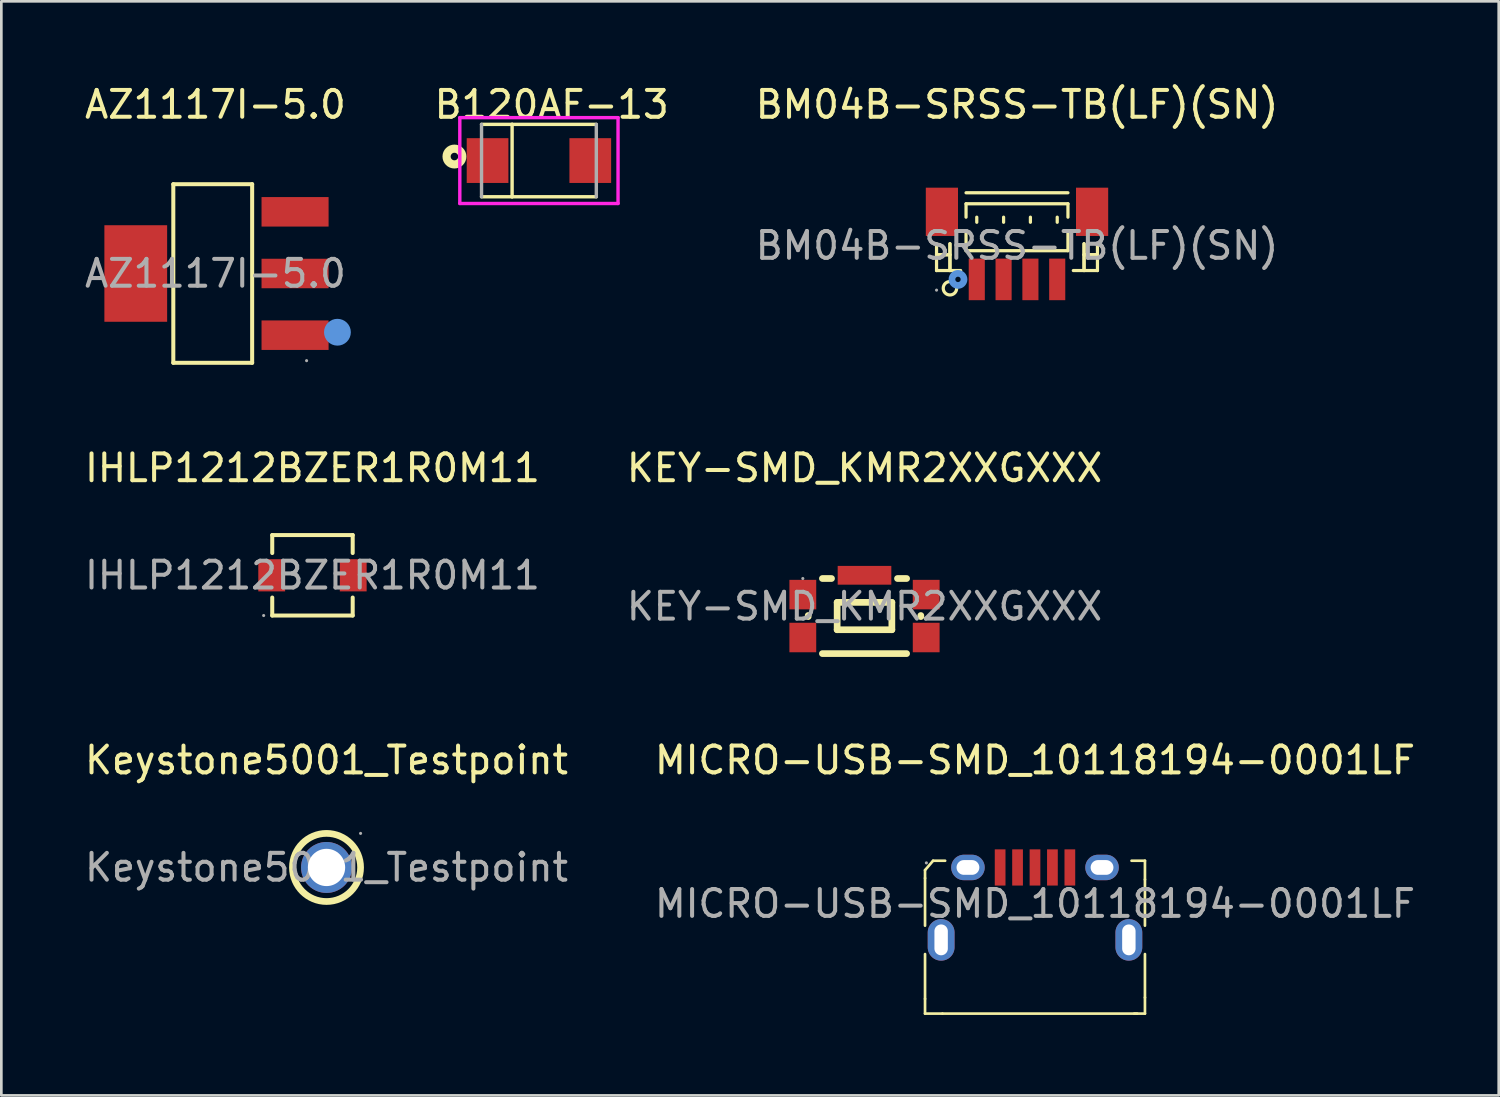
<source format=kicad_pcb>
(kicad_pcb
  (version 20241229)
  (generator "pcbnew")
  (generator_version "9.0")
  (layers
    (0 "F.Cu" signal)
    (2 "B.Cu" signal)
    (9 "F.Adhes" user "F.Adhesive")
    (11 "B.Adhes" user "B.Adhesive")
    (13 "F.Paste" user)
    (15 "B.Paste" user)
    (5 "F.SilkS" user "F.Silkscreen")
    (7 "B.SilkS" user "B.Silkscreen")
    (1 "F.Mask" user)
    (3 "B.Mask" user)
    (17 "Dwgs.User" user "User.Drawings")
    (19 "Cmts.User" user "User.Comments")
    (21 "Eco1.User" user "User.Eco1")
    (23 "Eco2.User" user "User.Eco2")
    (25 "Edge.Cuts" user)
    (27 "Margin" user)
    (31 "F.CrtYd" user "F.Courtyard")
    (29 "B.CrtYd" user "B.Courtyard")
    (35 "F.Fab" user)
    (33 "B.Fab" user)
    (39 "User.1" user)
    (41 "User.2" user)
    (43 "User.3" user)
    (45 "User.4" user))
  (footprint "KEY-SMD_KMR2XXGXXX"
    (layer "F.Cu")
    (at 29.185 19.561)
    (property "Reference" "KEY-SMD_KMR2XXGXXX" (at 0 -5.16 0) (layer "F.SilkS") (effects (font (size 1 1) (thickness 0.15))))
    (attr smd)
    (fp_line (start -2.1 0.38) (end -2.1 0.34) (stroke (width 0.25) (type solid)) (layer "F.SilkS"))
    (fp_line (start -1.23 -1.04) (end -1.57 -1.04) (stroke (width 0.25) (type solid)) (layer "F.SilkS"))
    (fp_line (start -1.02 -0.15) (end -1.02 0.87) (stroke (width 0.25) (type solid)) (layer "F.SilkS"))
    (fp_line (start -1.02 0.87) (end 1.02 0.87) (stroke (width 0.25) (type solid)) (layer "F.SilkS"))
    (fp_line (start 1.02 -0.15) (end -1.02 -0.15) (stroke (width 0.25) (type solid)) (layer "F.SilkS"))
    (fp_line (start 1.02 0.87) (end 1.02 -0.15) (stroke (width 0.25) (type solid)) (layer "F.SilkS"))
    (fp_line (start 1.57 -1.04) (end 1.23 -1.04) (stroke (width 0.25) (type solid)) (layer "F.SilkS"))
    (fp_line (start 1.57 1.76) (end -1.57 1.76) (stroke (width 0.25) (type solid)) (layer "F.SilkS"))
    (fp_line (start 2.1 0.34) (end 2.1 0.38) (stroke (width 0.25) (type solid)) (layer "F.SilkS"))
    (fp_circle (center -2.3 -1.04) (end -2.27 -1.04) (stroke (width 0.06) (type solid)) (fill no) (layer "F.Fab"))
    (fp_text user "${REFERENCE}" (at 0 0 0) (layer "F.Fab") (effects (font (size 1 1) (thickness 0.15))))
    (pad "1" smd rect (at -2.3 -0.44) (size 1 1.1) (layers "F.Cu" "F.Mask" "F.Paste"))
    (pad "2" smd rect (at 2.3 -0.44) (size 1 1.1) (layers "F.Cu" "F.Mask" "F.Paste"))
    (pad "3" smd rect (at -2.3 1.16) (size 1 1.1) (layers "F.Cu" "F.Mask" "F.Paste"))
    (pad "4" smd rect (at 2.3 1.16) (size 1 1.1) (layers "F.Cu" "F.Mask" "F.Paste"))
    (pad "5" smd rect (at 0 -1.16) (size 2 0.7) (layers "F.Cu" "F.Mask" "F.Paste")))
  (footprint "Keystone5001_Testpoint"
    (layer "F.Cu")
    (at 9.125 29.295)
    (property "Reference" "Keystone5001_Testpoint" (at 0 -4 0) (layer "F.SilkS") (effects (font (size 1 1) (thickness 0.15))))
    (attr through_hole)
    (fp_circle (center 0 0) (end 1.27 0) (stroke (width 0.25) (type solid)) (fill no) (layer "F.SilkS"))
    (fp_circle (center 1.27 -1.27) (end 1.3 -1.27) (stroke (width 0.06) (type solid)) (fill no) (layer "F.Fab"))
    (fp_text user "${REFERENCE}" (at 0 0 0) (layer "F.Fab") (effects (font (size 1 1) (thickness 0.15))))
    (pad "1" thru_hole circle (at 0 0) (size 1.9 1.9) (drill 1.39) (layers "*.Cu" "*.Mask")))
  (footprint "B120AF-13"
    (layer "F.Cu")
    (at 17.045 2.937)
    (property "Reference" "B120AF-13" (at 0.476 -2.088 0) (layer "F.SilkS") (effects (font (size 1.001 1.001) (thickness 0.15))))
    (attr smd)
    (fp_line (start -1 -1.35) (end -2.14 -1.35) (stroke (width 0.127) (type solid)) (layer "F.SilkS"))
    (fp_line (start -1 -1.35) (end -1 1.35) (stroke (width 0.127) (type solid)) (layer "F.SilkS"))
    (fp_line (start -1 1.35) (end -2.14 1.35) (stroke (width 0.127) (type solid)) (layer "F.SilkS"))
    (fp_line (start -1 1.35) (end 2.14 1.35) (stroke (width 0.127) (type solid)) (layer "F.SilkS"))
    (fp_line (start 2.14 -1.35) (end -1 -1.35) (stroke (width 0.127) (type solid)) (layer "F.SilkS"))
    (fp_circle (center -3.15 -0.15) (end -3.009 -0.15) (stroke (width 0.305) (type solid)) (fill no) (layer "F.SilkS"))
    (fp_line (start -2.95 -1.6) (end 2.95 -1.6) (stroke (width 0.127) (type solid)) (layer "F.CrtYd"))
    (fp_line (start -2.95 1.6) (end -2.95 -1.6) (stroke (width 0.127) (type solid)) (layer "F.CrtYd"))
    (fp_line (start 2.95 -1.6) (end 2.95 1.6) (stroke (width 0.127) (type solid)) (layer "F.CrtYd"))
    (fp_line (start 2.95 1.6) (end -2.95 1.6) (stroke (width 0.127) (type solid)) (layer "F.CrtYd"))
    (fp_line (start -2.14 -1.35) (end -2.14 1.35) (stroke (width 0.127) (type solid)) (layer "F.Fab"))
    (fp_line (start 2.14 1.35) (end 2.14 -1.35) (stroke (width 0.127) (type solid)) (layer "F.Fab"))
    (pad "1" smd rect (at -1.915 0) (size 1.555 1.67) (layers "F.Cu" "F.Mask" "F.Paste"))
    (pad "2" smd rect (at 1.915 0) (size 1.555 1.67) (layers "F.Cu" "F.Mask" "F.Paste")))
  (footprint "BM04B-SRSS-TB(LF)(SN)"
    (layer "F.Cu")
    (at 34.871 6.108)
    (property "Reference" "BM04B-SRSS-TB(LF)(SN)" (at 0 -5.26 0) (layer "F.SilkS") (effects (font (size 1 1) (thickness 0.15))))
    (attr smd)
    (fp_line (start -3 -0.07) (end -3 0.93) (stroke (width 0.12) (type solid)) (layer "F.SilkS"))
    (fp_line (start -3 0.34) (end -2.5 0.34) (stroke (width 0.12) (type solid)) (layer "F.SilkS"))
    (fp_line (start -3 0.93) (end -2.1 0.93) (stroke (width 0.12) (type solid)) (layer "F.SilkS"))
    (fp_line (start -2.5 -0.07) (end -2.5 0.93) (stroke (width 0.12) (type solid)) (layer "F.SilkS"))
    (fp_line (start -2.5 0.34) (end -3 0.34) (stroke (width 0.12) (type solid)) (layer "F.SilkS"))
    (fp_line (start -2.5 0.93) (end -2.5 -0.07) (stroke (width 0.12) (type solid)) (layer "F.SilkS"))
    (fp_line (start -1.9 -1.97) (end 1.9 -1.97) (stroke (width 0.12) (type solid)) (layer "F.SilkS"))
    (fp_line (start -1.9 -1.56) (end 1.9 -1.56) (stroke (width 0.12) (type solid)) (layer "F.SilkS"))
    (fp_line (start -1.9 -1.06) (end -1.9 -1.56) (stroke (width 0.12) (type solid)) (layer "F.SilkS"))
    (fp_line (start -1.9 -0.46) (end -1.9 0.19) (stroke (width 0.12) (type solid)) (layer "F.SilkS"))
    (fp_line (start -1.9 0.19) (end 1.9 0.19) (stroke (width 0.12) (type solid)) (layer "F.SilkS"))
    (fp_line (start -1.5 -1.06) (end -1.5 -0.87) (stroke (width 0.12) (type solid)) (layer "F.SilkS"))
    (fp_line (start -0.5 -1.06) (end -0.5 -0.87) (stroke (width 0.12) (type solid)) (layer "F.SilkS"))
    (fp_line (start 0.5 -1.06) (end 0.5 -0.87) (stroke (width 0.12) (type solid)) (layer "F.SilkS"))
    (fp_line (start 1.5 -1.06) (end 1.5 -0.87) (stroke (width 0.12) (type solid)) (layer "F.SilkS"))
    (fp_line (start 1.9 -1.56) (end 1.9 -1.06) (stroke (width 0.12) (type solid)) (layer "F.SilkS"))
    (fp_line (start 1.9 0.19) (end 1.9 -0.46) (stroke (width 0.12) (type solid)) (layer "F.SilkS"))
    (fp_line (start 2.5 -0.07) (end 2.5 0.93) (stroke (width 0.12) (type solid)) (layer "F.SilkS"))
    (fp_line (start 2.5 0.34) (end 3 0.34) (stroke (width 0.12) (type solid)) (layer "F.SilkS"))
    (fp_line (start 2.5 0.93) (end 2.5 -0.07) (stroke (width 0.12) (type solid)) (layer "F.SilkS"))
    (fp_line (start 3 -0.07) (end 3 0.93) (stroke (width 0.12) (type solid)) (layer "F.SilkS"))
    (fp_line (start 3 0.34) (end 2.5 0.34) (stroke (width 0.12) (type solid)) (layer "F.SilkS"))
    (fp_line (start 3 0.93) (end 2.1 0.93) (stroke (width 0.12) (type solid)) (layer "F.SilkS"))
    (fp_arc (start -2.25 1.6) (mid -2.7502 1.589998) (end -2.25 1.580005) (stroke (width 0.12) (type solid)) (layer "F.SilkS"))
    (fp_circle (center -2.2 1.26) (end -2.1 1.26) (stroke (width 0.25) (type solid)) (fill no) (layer "Cmts.User"))
    (fp_circle (center -3 1.66) (end -2.97 1.66) (stroke (width 0.06) (type solid)) (fill no) (layer "F.Fab"))
    (fp_text user "${REFERENCE}" (at 0 0 0) (layer "F.Fab") (effects (font (size 1 1) (thickness 0.15))))
    (pad "0" smd rect (at -2.8 -1.26) (size 1.2 1.8) (layers "F.Cu" "F.Mask" "F.Paste"))
    (pad "0" smd rect (at 2.8 -1.26) (size 1.2 1.8) (layers "F.Cu" "F.Mask" "F.Paste"))
    (pad "1" smd rect (at -1.5 1.26) (size 0.6 1.55) (layers "F.Cu" "F.Mask" "F.Paste"))
    (pad "2" smd rect (at -0.5 1.26) (size 0.6 1.55) (layers "F.Cu" "F.Mask" "F.Paste"))
    (pad "3" smd rect (at 0.5 1.26) (size 0.6 1.55) (layers "F.Cu" "F.Mask" "F.Paste"))
    (pad "4" smd rect (at 1.5 1.26) (size 0.6 1.55) (layers "F.Cu" "F.Mask" "F.Paste")))
  (footprint "AZ1117I-5.0"
    (layer "F.Cu")
    (at 4.982 7.148)
    (property "Reference" "AZ1117I-5.0" (at 0 -6.3 0) (layer "F.SilkS") (effects (font (size 1 1) (thickness 0.15))))
    (attr smd)
    (fp_line (start -1.57 -3.33) (end 1.37 -3.33) (stroke (width 0.15) (type solid)) (layer "F.SilkS"))
    (fp_line (start -1.57 3.33) (end -1.57 -3.33) (stroke (width 0.15) (type solid)) (layer "F.SilkS"))
    (fp_line (start 1.37 -3.33) (end 1.37 3.33) (stroke (width 0.15) (type solid)) (layer "F.SilkS"))
    (fp_line (start 1.37 3.33) (end -1.57 3.33) (stroke (width 0.15) (type solid)) (layer "F.SilkS"))
    (fp_circle (center 4.55 2.19) (end 4.8 2.19) (stroke (width 0.5) (type solid)) (fill no) (layer "Cmts.User"))
    (fp_circle (center 3.4 3.25) (end 3.43 3.25) (stroke (width 0.06) (type solid)) (fill no) (layer "F.Fab"))
    (fp_text user "${REFERENCE}" (at 0 0 0) (layer "F.Fab") (effects (font (size 1 1) (thickness 0.15))))
    (pad "1" smd rect (at 2.97 2.3) (size 2.5 1.1) (layers "F.Cu" "F.Mask" "F.Paste"))
    (pad "2" smd rect (at -2.97 0) (size 2.34 3.6) (layers "F.Cu" "F.Mask" "F.Paste"))
    (pad "2" smd rect (at 2.97 0) (size 2.5 1.1) (layers "F.Cu" "F.Mask" "F.Paste"))
    (pad "3" smd rect (at 2.97 -2.3) (size 2.5 1.1) (layers "F.Cu" "F.Mask" "F.Paste")))
  (footprint "IHLP1212BZER1R0M11"
    (layer "F.Cu")
    (at 8.601 18.401)
    (property "Reference" "IHLP1212BZER1R0M11" (at 0 -4 0) (layer "F.SilkS") (effects (font (size 1 1) (thickness 0.15))))
    (attr smd)
    (fp_line (start -1.5 -0.83) (end -1.5 -1.5) (stroke (width 0.15) (type solid)) (layer "F.SilkS"))
    (fp_line (start -1.5 1.5) (end -1.5 0.83) (stroke (width 0.15) (type solid)) (layer "F.SilkS"))
    (fp_line (start 1.5 -1.5) (end -1.5 -1.5) (stroke (width 0.15) (type solid)) (layer "F.SilkS"))
    (fp_line (start 1.5 -1.5) (end 1.5 -0.83) (stroke (width 0.15) (type solid)) (layer "F.SilkS"))
    (fp_line (start 1.5 0.83) (end 1.5 1.5) (stroke (width 0.15) (type solid)) (layer "F.SilkS"))
    (fp_line (start 1.5 1.5) (end -1.5 1.5) (stroke (width 0.15) (type solid)) (layer "F.SilkS"))
    (fp_circle (center -1.82 1.5) (end -1.79 1.5) (stroke (width 0.06) (type solid)) (fill no) (layer "F.Fab"))
    (fp_text user "${REFERENCE}" (at 0 0 0) (layer "F.Fab") (effects (font (size 1 1) (thickness 0.15))))
    (pad "1" smd rect (at -1.52 0) (size 1 1.2) (layers "F.Cu" "F.Mask" "F.Paste"))
    (pad "2" smd rect (at 1.52 0) (size 1 1.2) (layers "F.Cu" "F.Mask" "F.Paste")))
  (footprint "MICRO-USB-SMD_10118194-0001LF"
    (layer "F.Cu")
    (at 35.542 30.645)
    (property "Reference" "MICRO-USB-SMD_10118194-0001LF" (at 0 -5.35 0) (layer "F.SilkS") (effects (font (size 1 1) (thickness 0.15))))
    (attr smd)
    (fp_line (start -4.1 -1.25) (end -4.1 -0.95) (stroke (width 0.1) (type solid)) (layer "F.SilkS"))
    (fp_line (start -4.1 0.82) (end -4.1 -0.95) (stroke (width 0.1) (type solid)) (layer "F.SilkS"))
    (fp_line (start -4.1 3.55) (end -4.1 1.88) (stroke (width 0.1) (type solid)) (layer "F.SilkS"))
    (fp_line (start -4.1 3.55) (end -4.1 4.1) (stroke (width 0.1) (type solid)) (layer "F.SilkS"))
    (fp_line (start -4.1 4.1) (end -3.45 4.1) (stroke (width 0.1) (type solid)) (layer "F.SilkS"))
    (fp_line (start -3.8 -1.6) (end -4.1 -1.25) (stroke (width 0.1) (type solid)) (layer "F.SilkS"))
    (fp_line (start -3.45 4.1) (end 3.81 4.1) (stroke (width 0.1) (type solid)) (layer "F.SilkS"))
    (fp_line (start -3.35 -1.6) (end -3.8 -1.6) (stroke (width 0.1) (type solid)) (layer "F.SilkS"))
    (fp_line (start 3.6 -1.6) (end 4.1 -1.6) (stroke (width 0.1) (type solid)) (layer "F.SilkS"))
    (fp_line (start 4.1 -1.6) (end 4.1 -0.9) (stroke (width 0.1) (type solid)) (layer "F.SilkS"))
    (fp_line (start 4.1 0.82) (end 4.1 -0.9) (stroke (width 0.1) (type solid)) (layer "F.SilkS"))
    (fp_line (start 4.1 3.5) (end 4.1 1.88) (stroke (width 0.1) (type solid)) (layer "F.SilkS"))
    (fp_line (start 4.1 3.5) (end 4.1 4.1) (stroke (width 0.1) (type solid)) (layer "F.SilkS"))
    (fp_line (start 4.1 4.1) (end 3.7 4.1) (stroke (width 0.1) (type solid)) (layer "F.SilkS"))
    (fp_circle (center -4.05 -1.52) (end -4.02 -1.52) (stroke (width 0.06) (type solid)) (fill no) (layer "F.Fab"))
    (fp_text user "${REFERENCE}" (at 0 0 0) (layer "F.Fab") (effects (font (size 1 1) (thickness 0.15))))
    (pad "1" smd rect (at -1.3 -1.35) (size 0.4 1.35) (layers "F.Cu" "F.Mask" "F.Paste"))
    (pad "2" smd rect (at -0.65 -1.35) (size 0.4 1.35) (layers "F.Cu" "F.Mask" "F.Paste"))
    (pad "3" smd rect (at 0 -1.35) (size 0.4 1.35) (layers "F.Cu" "F.Mask" "F.Paste"))
    (pad "4" smd rect (at 0.65 -1.35) (size 0.4 1.35) (layers "F.Cu" "F.Mask" "F.Paste"))
    (pad "5" smd rect (at 1.3 -1.35) (size 0.4 1.35) (layers "F.Cu" "F.Mask" "F.Paste"))
    (pad "6" thru_hole oval (at -3.5 1.35) (size 1 1.55) (drill oval 0.5 1.15) (layers "*.Cu" "*.Mask"))
    (pad "6" thru_hole oval (at -2.5 -1.35) (size 1.25 0.95) (drill oval 0.85 0.55) (layers "*.Cu" "*.Mask"))
    (pad "6" thru_hole oval (at 2.5 -1.35) (size 1.25 0.95) (drill oval 0.85 0.55) (layers "*.Cu" "*.Mask"))
    (pad "6" thru_hole oval (at 3.5 1.35) (size 1 1.55) (drill oval 0.5 1.15) (layers "*.Cu" "*.Mask")))
  (gr_rect
    (start -3 -3)
    (end 52.833 37.795)
    (stroke (width 0.1) (type default))
    (fill no)
    (layer "Edge.Cuts")))
</source>
